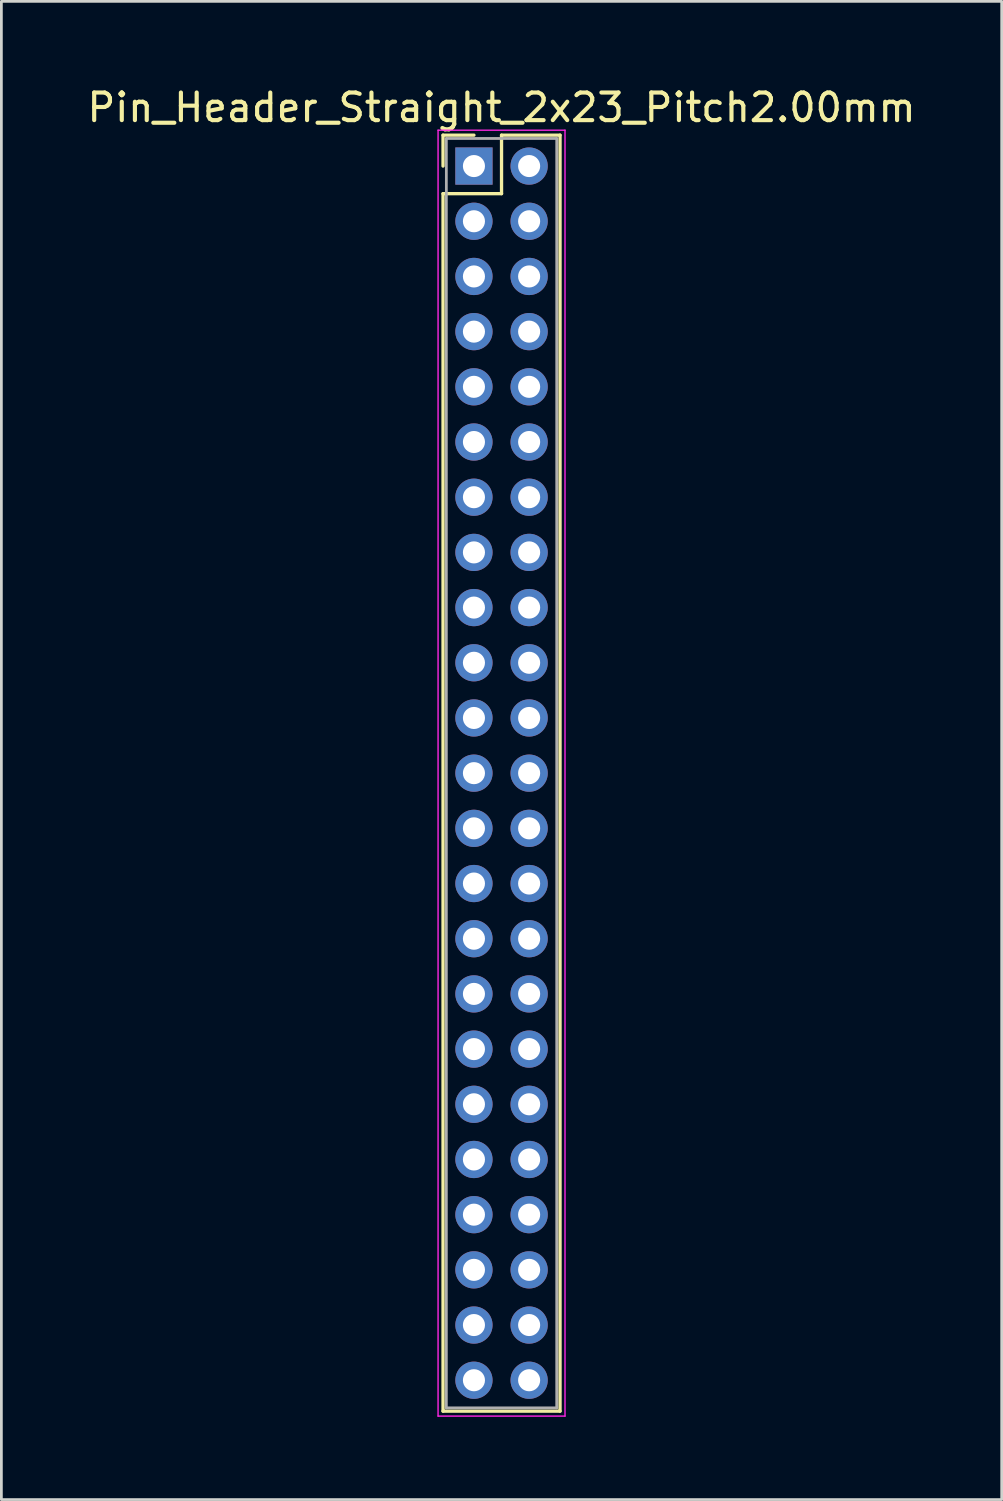
<source format=kicad_pcb>
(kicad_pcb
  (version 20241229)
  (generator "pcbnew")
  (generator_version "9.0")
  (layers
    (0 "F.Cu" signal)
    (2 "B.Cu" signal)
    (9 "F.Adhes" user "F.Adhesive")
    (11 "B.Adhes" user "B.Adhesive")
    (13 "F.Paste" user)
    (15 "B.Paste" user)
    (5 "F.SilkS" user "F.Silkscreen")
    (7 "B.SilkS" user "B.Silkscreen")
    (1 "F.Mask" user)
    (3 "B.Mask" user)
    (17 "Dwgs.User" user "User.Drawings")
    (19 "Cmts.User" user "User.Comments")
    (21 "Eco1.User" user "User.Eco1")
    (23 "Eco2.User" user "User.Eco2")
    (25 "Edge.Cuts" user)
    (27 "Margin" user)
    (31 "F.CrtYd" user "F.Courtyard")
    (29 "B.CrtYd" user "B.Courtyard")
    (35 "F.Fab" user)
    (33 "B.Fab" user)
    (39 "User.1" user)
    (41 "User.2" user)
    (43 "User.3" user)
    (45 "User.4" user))
  (footprint "Pin_Header_Straight_2x23_Pitch2.00mm"
    (layer "F.Cu")
    (at 14.125 2.968)
    (property "Reference" "Pin_Header_Straight_2x23_Pitch2.00mm" (at 1 -2.12 0) (layer "F.SilkS") (effects (font (size 1 1) (thickness 0.15))))
    (attr through_hole)
    (fp_line (start -1.12 -1.12) (end 0 -1.12) (stroke (width 0.12) (type solid)) (layer "F.SilkS"))
    (fp_line (start -1.12 0) (end -1.12 -1.12) (stroke (width 0.12) (type solid)) (layer "F.SilkS"))
    (fp_line (start -1.12 1) (end -1.12 45.12) (stroke (width 0.12) (type solid)) (layer "F.SilkS"))
    (fp_line (start -1.12 45.12) (end 3.12 45.12) (stroke (width 0.12) (type solid)) (layer "F.SilkS"))
    (fp_line (start 1 -1.12) (end 1 1) (stroke (width 0.12) (type solid)) (layer "F.SilkS"))
    (fp_line (start 1 1) (end -1.12 1) (stroke (width 0.12) (type solid)) (layer "F.SilkS"))
    (fp_line (start 3.12 -1.12) (end 1 -1.12) (stroke (width 0.12) (type solid)) (layer "F.SilkS"))
    (fp_line (start 3.12 45.12) (end 3.12 -1.12) (stroke (width 0.12) (type solid)) (layer "F.SilkS"))
    (fp_line (start -1.3 -1.3) (end -1.3 45.3) (stroke (width 0.05) (type solid)) (layer "F.CrtYd"))
    (fp_line (start -1.3 45.3) (end 3.3 45.3) (stroke (width 0.05) (type solid)) (layer "F.CrtYd"))
    (fp_line (start 3.3 -1.3) (end -1.3 -1.3) (stroke (width 0.05) (type solid)) (layer "F.CrtYd"))
    (fp_line (start 3.3 45.3) (end 3.3 -1.3) (stroke (width 0.05) (type solid)) (layer "F.CrtYd"))
    (fp_line (start -1 -1) (end -1 45) (stroke (width 0.1) (type solid)) (layer "F.Fab"))
    (fp_line (start -1 45) (end 3 45) (stroke (width 0.1) (type solid)) (layer "F.Fab"))
    (fp_line (start 3 -1) (end -1 -1) (stroke (width 0.1) (type solid)) (layer "F.Fab"))
    (fp_line (start 3 45) (end 3 -1) (stroke (width 0.1) (type solid)) (layer "F.Fab"))
    (pad "1" thru_hole rect (at 0 0) (size 1.35 1.35) (drill 0.8) (layers "*.Cu" "*.Mask"))
    (pad "2" thru_hole oval (at 2 0) (size 1.35 1.35) (drill 0.8) (layers "*.Cu" "*.Mask"))
    (pad "3" thru_hole oval (at 0 2) (size 1.35 1.35) (drill 0.8) (layers "*.Cu" "*.Mask"))
    (pad "4" thru_hole oval (at 2 2) (size 1.35 1.35) (drill 0.8) (layers "*.Cu" "*.Mask"))
    (pad "5" thru_hole oval (at 0 4) (size 1.35 1.35) (drill 0.8) (layers "*.Cu" "*.Mask"))
    (pad "6" thru_hole oval (at 2 4) (size 1.35 1.35) (drill 0.8) (layers "*.Cu" "*.Mask"))
    (pad "7" thru_hole oval (at 0 6) (size 1.35 1.35) (drill 0.8) (layers "*.Cu" "*.Mask"))
    (pad "8" thru_hole oval (at 2 6) (size 1.35 1.35) (drill 0.8) (layers "*.Cu" "*.Mask"))
    (pad "9" thru_hole oval (at 0 8) (size 1.35 1.35) (drill 0.8) (layers "*.Cu" "*.Mask"))
    (pad "10" thru_hole oval (at 2 8) (size 1.35 1.35) (drill 0.8) (layers "*.Cu" "*.Mask"))
    (pad "11" thru_hole oval (at 0 10) (size 1.35 1.35) (drill 0.8) (layers "*.Cu" "*.Mask"))
    (pad "12" thru_hole oval (at 2 10) (size 1.35 1.35) (drill 0.8) (layers "*.Cu" "*.Mask"))
    (pad "13" thru_hole oval (at 0 12) (size 1.35 1.35) (drill 0.8) (layers "*.Cu" "*.Mask"))
    (pad "14" thru_hole oval (at 2 12) (size 1.35 1.35) (drill 0.8) (layers "*.Cu" "*.Mask"))
    (pad "15" thru_hole oval (at 0 14) (size 1.35 1.35) (drill 0.8) (layers "*.Cu" "*.Mask"))
    (pad "16" thru_hole oval (at 2 14) (size 1.35 1.35) (drill 0.8) (layers "*.Cu" "*.Mask"))
    (pad "17" thru_hole oval (at 0 16) (size 1.35 1.35) (drill 0.8) (layers "*.Cu" "*.Mask"))
    (pad "18" thru_hole oval (at 2 16) (size 1.35 1.35) (drill 0.8) (layers "*.Cu" "*.Mask"))
    (pad "19" thru_hole oval (at 0 18) (size 1.35 1.35) (drill 0.8) (layers "*.Cu" "*.Mask"))
    (pad "20" thru_hole oval (at 2 18) (size 1.35 1.35) (drill 0.8) (layers "*.Cu" "*.Mask"))
    (pad "21" thru_hole oval (at 0 20) (size 1.35 1.35) (drill 0.8) (layers "*.Cu" "*.Mask"))
    (pad "22" thru_hole oval (at 2 20) (size 1.35 1.35) (drill 0.8) (layers "*.Cu" "*.Mask"))
    (pad "23" thru_hole oval (at 0 22) (size 1.35 1.35) (drill 0.8) (layers "*.Cu" "*.Mask"))
    (pad "24" thru_hole oval (at 2 22) (size 1.35 1.35) (drill 0.8) (layers "*.Cu" "*.Mask"))
    (pad "25" thru_hole oval (at 0 24) (size 1.35 1.35) (drill 0.8) (layers "*.Cu" "*.Mask"))
    (pad "26" thru_hole oval (at 2 24) (size 1.35 1.35) (drill 0.8) (layers "*.Cu" "*.Mask"))
    (pad "27" thru_hole oval (at 0 26) (size 1.35 1.35) (drill 0.8) (layers "*.Cu" "*.Mask"))
    (pad "28" thru_hole oval (at 2 26) (size 1.35 1.35) (drill 0.8) (layers "*.Cu" "*.Mask"))
    (pad "29" thru_hole oval (at 0 28) (size 1.35 1.35) (drill 0.8) (layers "*.Cu" "*.Mask"))
    (pad "30" thru_hole oval (at 2 28) (size 1.35 1.35) (drill 0.8) (layers "*.Cu" "*.Mask"))
    (pad "31" thru_hole oval (at 0 30) (size 1.35 1.35) (drill 0.8) (layers "*.Cu" "*.Mask"))
    (pad "32" thru_hole oval (at 2 30) (size 1.35 1.35) (drill 0.8) (layers "*.Cu" "*.Mask"))
    (pad "33" thru_hole oval (at 0 32) (size 1.35 1.35) (drill 0.8) (layers "*.Cu" "*.Mask"))
    (pad "34" thru_hole oval (at 2 32) (size 1.35 1.35) (drill 0.8) (layers "*.Cu" "*.Mask"))
    (pad "35" thru_hole oval (at 0 34) (size 1.35 1.35) (drill 0.8) (layers "*.Cu" "*.Mask"))
    (pad "36" thru_hole oval (at 2 34) (size 1.35 1.35) (drill 0.8) (layers "*.Cu" "*.Mask"))
    (pad "37" thru_hole oval (at 0 36) (size 1.35 1.35) (drill 0.8) (layers "*.Cu" "*.Mask"))
    (pad "38" thru_hole oval (at 2 36) (size 1.35 1.35) (drill 0.8) (layers "*.Cu" "*.Mask"))
    (pad "39" thru_hole oval (at 0 38) (size 1.35 1.35) (drill 0.8) (layers "*.Cu" "*.Mask"))
    (pad "40" thru_hole oval (at 2 38) (size 1.35 1.35) (drill 0.8) (layers "*.Cu" "*.Mask"))
    (pad "41" thru_hole oval (at 0 40) (size 1.35 1.35) (drill 0.8) (layers "*.Cu" "*.Mask"))
    (pad "42" thru_hole oval (at 2 40) (size 1.35 1.35) (drill 0.8) (layers "*.Cu" "*.Mask"))
    (pad "43" thru_hole oval (at 0 42) (size 1.35 1.35) (drill 0.8) (layers "*.Cu" "*.Mask"))
    (pad "44" thru_hole oval (at 2 42) (size 1.35 1.35) (drill 0.8) (layers "*.Cu" "*.Mask"))
    (pad "45" thru_hole oval (at 0 44) (size 1.35 1.35) (drill 0.8) (layers "*.Cu" "*.Mask"))
    (pad "46" thru_hole oval (at 2 44) (size 1.35 1.35) (drill 0.8) (layers "*.Cu" "*.Mask")))
  (gr_rect
    (start -3 -3)
    (end 33.25 51.293)
    (stroke (width 0.1) (type default))
    (fill no)
    (layer "Edge.Cuts")))
</source>
